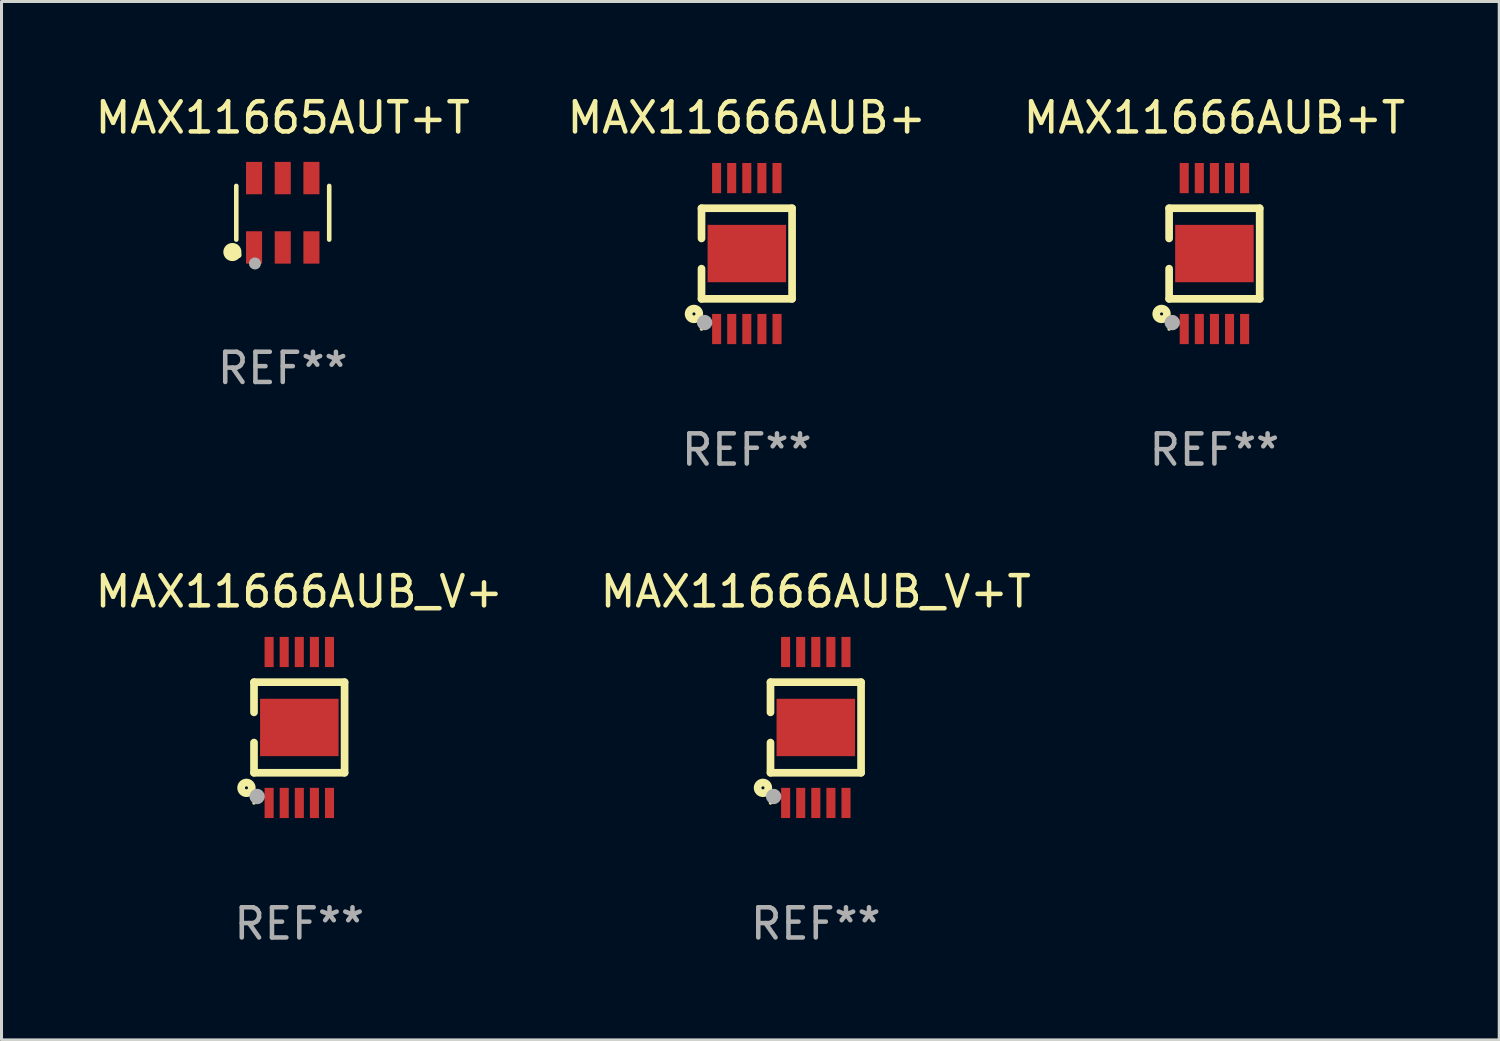
<source format=kicad_pcb>
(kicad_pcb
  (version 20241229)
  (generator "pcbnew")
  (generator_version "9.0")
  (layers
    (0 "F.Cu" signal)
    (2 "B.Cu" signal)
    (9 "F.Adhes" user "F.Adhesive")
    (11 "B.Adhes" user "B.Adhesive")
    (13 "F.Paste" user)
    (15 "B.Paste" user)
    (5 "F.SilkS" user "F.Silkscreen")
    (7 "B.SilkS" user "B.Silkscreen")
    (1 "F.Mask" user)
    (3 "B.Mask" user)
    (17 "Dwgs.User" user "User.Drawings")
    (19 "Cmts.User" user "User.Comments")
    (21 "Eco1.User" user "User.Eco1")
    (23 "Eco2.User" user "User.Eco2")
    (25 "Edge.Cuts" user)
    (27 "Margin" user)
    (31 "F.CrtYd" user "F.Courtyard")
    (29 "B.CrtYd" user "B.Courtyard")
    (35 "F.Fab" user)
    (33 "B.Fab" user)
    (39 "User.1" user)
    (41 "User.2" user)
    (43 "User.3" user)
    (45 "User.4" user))
  (footprint "MAX11665AUT+T"
    (layer "F.Cu")
    (at 6.315 3.997)
    (property "Reference" "MAX11665AUT+T" (at 0 -3.149 0) (layer "F.SilkS") (effects (font (size 1 1) (thickness 0.15))))
    (attr through_hole)
    (fp_line (start -1.539 0.889) (end -1.539 -0.889) (stroke (width 0.152) (type solid)) (layer "F.SilkS"))
    (fp_line (start 1.539 0.889) (end 1.539 -0.889) (stroke (width 0.152) (type solid)) (layer "F.SilkS"))
    (fp_circle (center -1.668 1.301) (end -1.518 1.301) (stroke (width 0.3) (type solid)) (fill no) (layer "F.SilkS"))
    (fp_circle (center -1.463 1.4) (end -1.413 1.4) (stroke (width 0.1) (type solid)) (fill no) (layer "F.SilkS"))
    (fp_circle (center -0.92 1.68) (end -0.82 1.68) (stroke (width 0.2) (type solid)) (fill no) (layer "F.Fab"))
    (fp_text user "REF**" (at 0 5.149 0) (layer "F.Fab") (effects (font (size 1 1) (thickness 0.15))))
    (pad "1" smd rect (at -0.95 1.149) (size 0.532 1.072) (layers "F.Cu" "F.Mask" "F.Paste"))
    (pad "2" smd rect (at 0 1.149) (size 0.532 1.072) (layers "F.Cu" "F.Mask" "F.Paste"))
    (pad "3" smd rect (at 0.95 1.149) (size 0.532 1.072) (layers "F.Cu" "F.Mask" "F.Paste"))
    (pad "4" smd rect (at 0.95 -1.149) (size 0.532 1.072) (layers "F.Cu" "F.Mask" "F.Paste"))
    (pad "5" smd rect (at 0 -1.149) (size 0.532 1.072) (layers "F.Cu" "F.Mask" "F.Paste"))
    (pad "6" smd rect (at -0.95 -1.149) (size 0.532 1.072) (layers "F.Cu" "F.Mask" "F.Paste")))
  (footprint "MAX11666AUB_V+"
    (layer "F.Cu")
    (at 6.863 21.045)
    (property "Reference" "MAX11666AUB_V+" (at 0 -4.5 0) (layer "F.SilkS") (effects (font (size 1 1) (thickness 0.15))))
    (attr through_hole)
    (fp_line (start -1.5 -1.5) (end -1.5 -0.5) (stroke (width 0.254) (type solid)) (layer "F.SilkS"))
    (fp_line (start -1.5 1.5) (end -1.5 0.5) (stroke (width 0.254) (type solid)) (layer "F.SilkS"))
    (fp_line (start -1.5 1.5) (end 1.5 1.5) (stroke (width 0.254) (type solid)) (layer "F.SilkS"))
    (fp_line (start 1.5 1.5) (end 1.5 -1.5) (stroke (width 0.254) (type solid)) (layer "F.SilkS"))
    (fp_line (start 1.5 -1.5) (end -1.5 -1.5) (stroke (width 0.254) (type solid)) (layer "F.SilkS"))
    (fp_circle (center -1.75 2) (end -1.573 2) (stroke (width 0.254) (type solid)) (fill no) (layer "F.SilkS"))
    (fp_circle (center -1.499 2.5) (end -1.469 2.5) (stroke (width 0.06) (type solid)) (fill no) (layer "F.SilkS"))
    (fp_circle (center -1.396 2.286) (end -1.269 2.286) (stroke (width 0.254) (type solid)) (fill no) (layer "F.Fab"))
    (fp_text user "REF**" (at 0 6.5 0) (layer "F.Fab") (effects (font (size 1 1) (thickness 0.15))))
    (pad "1" smd rect (at -0.999 2.5 180) (size 0.3 1) (layers "F.Cu" "F.Mask" "F.Paste"))
    (pad "2" smd rect (at -0.499 2.5 180) (size 0.3 1) (layers "F.Cu" "F.Mask" "F.Paste"))
    (pad "3" smd rect (at 0.001 2.5 180) (size 0.3 1) (layers "F.Cu" "F.Mask" "F.Paste"))
    (pad "4" smd rect (at 0.501 2.5 180) (size 0.3 1) (layers "F.Cu" "F.Mask" "F.Paste"))
    (pad "5" smd rect (at 1.001 2.5 180) (size 0.3 1) (layers "F.Cu" "F.Mask" "F.Paste"))
    (pad "6" smd rect (at 1 -2.5 180) (size 0.3 1) (layers "F.Cu" "F.Mask" "F.Paste"))
    (pad "7" smd rect (at 0.5 -2.5 180) (size 0.3 1) (layers "F.Cu" "F.Mask" "F.Paste"))
    (pad "8" smd rect (at -0.000165 -2.5 180) (size 0.3 1) (layers "F.Cu" "F.Mask" "F.Paste"))
    (pad "9" smd rect (at -0.5 -2.5 180) (size 0.3 1) (layers "F.Cu" "F.Mask" "F.Paste"))
    (pad "10" smd rect (at -1 -2.5 180) (size 0.3 1) (layers "F.Cu" "F.Mask" "F.Paste"))
    (pad "11" smd rect (at 0.001 -0.000127 270) (size 1.9 2.6) (layers "F.Cu" "F.Mask" "F.Paste")))
  (footprint "MAX11666AUB+T"
    (layer "F.Cu")
    (at 37.173 5.348)
    (property "Reference" "MAX11666AUB+T" (at 0 -4.5 0) (layer "F.SilkS") (effects (font (size 1 1) (thickness 0.15))))
    (attr through_hole)
    (fp_line (start -1.5 -1.5) (end -1.5 -0.5) (stroke (width 0.254) (type solid)) (layer "F.SilkS"))
    (fp_line (start -1.5 1.5) (end -1.5 0.5) (stroke (width 0.254) (type solid)) (layer "F.SilkS"))
    (fp_line (start -1.5 1.5) (end 1.5 1.5) (stroke (width 0.254) (type solid)) (layer "F.SilkS"))
    (fp_line (start 1.5 1.5) (end 1.5 -1.5) (stroke (width 0.254) (type solid)) (layer "F.SilkS"))
    (fp_line (start 1.5 -1.5) (end -1.5 -1.5) (stroke (width 0.254) (type solid)) (layer "F.SilkS"))
    (fp_circle (center -1.75 2) (end -1.573 2) (stroke (width 0.254) (type solid)) (fill no) (layer "F.SilkS"))
    (fp_circle (center -1.499 2.5) (end -1.469 2.5) (stroke (width 0.06) (type solid)) (fill no) (layer "F.SilkS"))
    (fp_circle (center -1.396 2.286) (end -1.269 2.286) (stroke (width 0.254) (type solid)) (fill no) (layer "F.Fab"))
    (fp_text user "REF**" (at 0 6.5 0) (layer "F.Fab") (effects (font (size 1 1) (thickness 0.15))))
    (pad "1" smd rect (at -0.999 2.5 180) (size 0.3 1) (layers "F.Cu" "F.Mask" "F.Paste"))
    (pad "2" smd rect (at -0.499 2.5 180) (size 0.3 1) (layers "F.Cu" "F.Mask" "F.Paste"))
    (pad "3" smd rect (at 0.001 2.5 180) (size 0.3 1) (layers "F.Cu" "F.Mask" "F.Paste"))
    (pad "4" smd rect (at 0.501 2.5 180) (size 0.3 1) (layers "F.Cu" "F.Mask" "F.Paste"))
    (pad "5" smd rect (at 1.001 2.5 180) (size 0.3 1) (layers "F.Cu" "F.Mask" "F.Paste"))
    (pad "6" smd rect (at 1 -2.5 180) (size 0.3 1) (layers "F.Cu" "F.Mask" "F.Paste"))
    (pad "7" smd rect (at 0.5 -2.5 180) (size 0.3 1) (layers "F.Cu" "F.Mask" "F.Paste"))
    (pad "8" smd rect (at -0.000165 -2.5 180) (size 0.3 1) (layers "F.Cu" "F.Mask" "F.Paste"))
    (pad "9" smd rect (at -0.5 -2.5 180) (size 0.3 1) (layers "F.Cu" "F.Mask" "F.Paste"))
    (pad "10" smd rect (at -1 -2.5 180) (size 0.3 1) (layers "F.Cu" "F.Mask" "F.Paste"))
    (pad "11" smd rect (at 0.001 -0.000127 270) (size 1.9 2.6) (layers "F.Cu" "F.Mask" "F.Paste")))
  (footprint "MAX11666AUB_V+T"
    (layer "F.Cu")
    (at 23.97 21.045)
    (property "Reference" "MAX11666AUB_V+T" (at 0 -4.5 0) (layer "F.SilkS") (effects (font (size 1 1) (thickness 0.15))))
    (attr through_hole)
    (fp_line (start -1.5 -1.5) (end -1.5 -0.5) (stroke (width 0.254) (type solid)) (layer "F.SilkS"))
    (fp_line (start -1.5 1.5) (end -1.5 0.5) (stroke (width 0.254) (type solid)) (layer "F.SilkS"))
    (fp_line (start -1.5 1.5) (end 1.5 1.5) (stroke (width 0.254) (type solid)) (layer "F.SilkS"))
    (fp_line (start 1.5 1.5) (end 1.5 -1.5) (stroke (width 0.254) (type solid)) (layer "F.SilkS"))
    (fp_line (start 1.5 -1.5) (end -1.5 -1.5) (stroke (width 0.254) (type solid)) (layer "F.SilkS"))
    (fp_circle (center -1.75 2) (end -1.573 2) (stroke (width 0.254) (type solid)) (fill no) (layer "F.SilkS"))
    (fp_circle (center -1.499 2.5) (end -1.469 2.5) (stroke (width 0.06) (type solid)) (fill no) (layer "F.SilkS"))
    (fp_circle (center -1.396 2.286) (end -1.269 2.286) (stroke (width 0.254) (type solid)) (fill no) (layer "F.Fab"))
    (fp_text user "REF**" (at 0 6.5 0) (layer "F.Fab") (effects (font (size 1 1) (thickness 0.15))))
    (pad "1" smd rect (at -0.999 2.5 180) (size 0.3 1) (layers "F.Cu" "F.Mask" "F.Paste"))
    (pad "2" smd rect (at -0.499 2.5 180) (size 0.3 1) (layers "F.Cu" "F.Mask" "F.Paste"))
    (pad "3" smd rect (at 0.001 2.5 180) (size 0.3 1) (layers "F.Cu" "F.Mask" "F.Paste"))
    (pad "4" smd rect (at 0.501 2.5 180) (size 0.3 1) (layers "F.Cu" "F.Mask" "F.Paste"))
    (pad "5" smd rect (at 1.001 2.5 180) (size 0.3 1) (layers "F.Cu" "F.Mask" "F.Paste"))
    (pad "6" smd rect (at 1 -2.5 180) (size 0.3 1) (layers "F.Cu" "F.Mask" "F.Paste"))
    (pad "7" smd rect (at 0.5 -2.5 180) (size 0.3 1) (layers "F.Cu" "F.Mask" "F.Paste"))
    (pad "8" smd rect (at -0.000165 -2.5 180) (size 0.3 1) (layers "F.Cu" "F.Mask" "F.Paste"))
    (pad "9" smd rect (at -0.5 -2.5 180) (size 0.3 1) (layers "F.Cu" "F.Mask" "F.Paste"))
    (pad "10" smd rect (at -1 -2.5 180) (size 0.3 1) (layers "F.Cu" "F.Mask" "F.Paste"))
    (pad "11" smd rect (at 0.001 -0.000127 270) (size 1.9 2.6) (layers "F.Cu" "F.Mask" "F.Paste")))
  (footprint "MAX11666AUB+"
    (layer "F.Cu")
    (at 21.685 5.348)
    (property "Reference" "MAX11666AUB+" (at 0 -4.5 0) (layer "F.SilkS") (effects (font (size 1 1) (thickness 0.15))))
    (attr through_hole)
    (fp_line (start -1.5 -1.5) (end -1.5 -0.5) (stroke (width 0.254) (type solid)) (layer "F.SilkS"))
    (fp_line (start -1.5 1.5) (end -1.5 0.5) (stroke (width 0.254) (type solid)) (layer "F.SilkS"))
    (fp_line (start -1.5 1.5) (end 1.5 1.5) (stroke (width 0.254) (type solid)) (layer "F.SilkS"))
    (fp_line (start 1.5 1.5) (end 1.5 -1.5) (stroke (width 0.254) (type solid)) (layer "F.SilkS"))
    (fp_line (start 1.5 -1.5) (end -1.5 -1.5) (stroke (width 0.254) (type solid)) (layer "F.SilkS"))
    (fp_circle (center -1.75 2) (end -1.573 2) (stroke (width 0.254) (type solid)) (fill no) (layer "F.SilkS"))
    (fp_circle (center -1.499 2.5) (end -1.469 2.5) (stroke (width 0.06) (type solid)) (fill no) (layer "F.SilkS"))
    (fp_circle (center -1.396 2.286) (end -1.269 2.286) (stroke (width 0.254) (type solid)) (fill no) (layer "F.Fab"))
    (fp_text user "REF**" (at 0 6.5 0) (layer "F.Fab") (effects (font (size 1 1) (thickness 0.15))))
    (pad "1" smd rect (at -0.999 2.5 180) (size 0.3 1) (layers "F.Cu" "F.Mask" "F.Paste"))
    (pad "2" smd rect (at -0.499 2.5 180) (size 0.3 1) (layers "F.Cu" "F.Mask" "F.Paste"))
    (pad "3" smd rect (at 0.001 2.5 180) (size 0.3 1) (layers "F.Cu" "F.Mask" "F.Paste"))
    (pad "4" smd rect (at 0.501 2.5 180) (size 0.3 1) (layers "F.Cu" "F.Mask" "F.Paste"))
    (pad "5" smd rect (at 1.001 2.5 180) (size 0.3 1) (layers "F.Cu" "F.Mask" "F.Paste"))
    (pad "6" smd rect (at 1 -2.5 180) (size 0.3 1) (layers "F.Cu" "F.Mask" "F.Paste"))
    (pad "7" smd rect (at 0.5 -2.5 180) (size 0.3 1) (layers "F.Cu" "F.Mask" "F.Paste"))
    (pad "8" smd rect (at -0.000165 -2.5 180) (size 0.3 1) (layers "F.Cu" "F.Mask" "F.Paste"))
    (pad "9" smd rect (at -0.5 -2.5 180) (size 0.3 1) (layers "F.Cu" "F.Mask" "F.Paste"))
    (pad "10" smd rect (at -1 -2.5 180) (size 0.3 1) (layers "F.Cu" "F.Mask" "F.Paste"))
    (pad "11" smd rect (at 0.001 -0.000127 270) (size 1.9 2.6) (layers "F.Cu" "F.Mask" "F.Paste")))
  (gr_rect
    (start -3 -3)
    (end 46.607 31.393)
    (stroke (width 0.1) (type default))
    (fill no)
    (layer "Edge.Cuts")))
</source>
